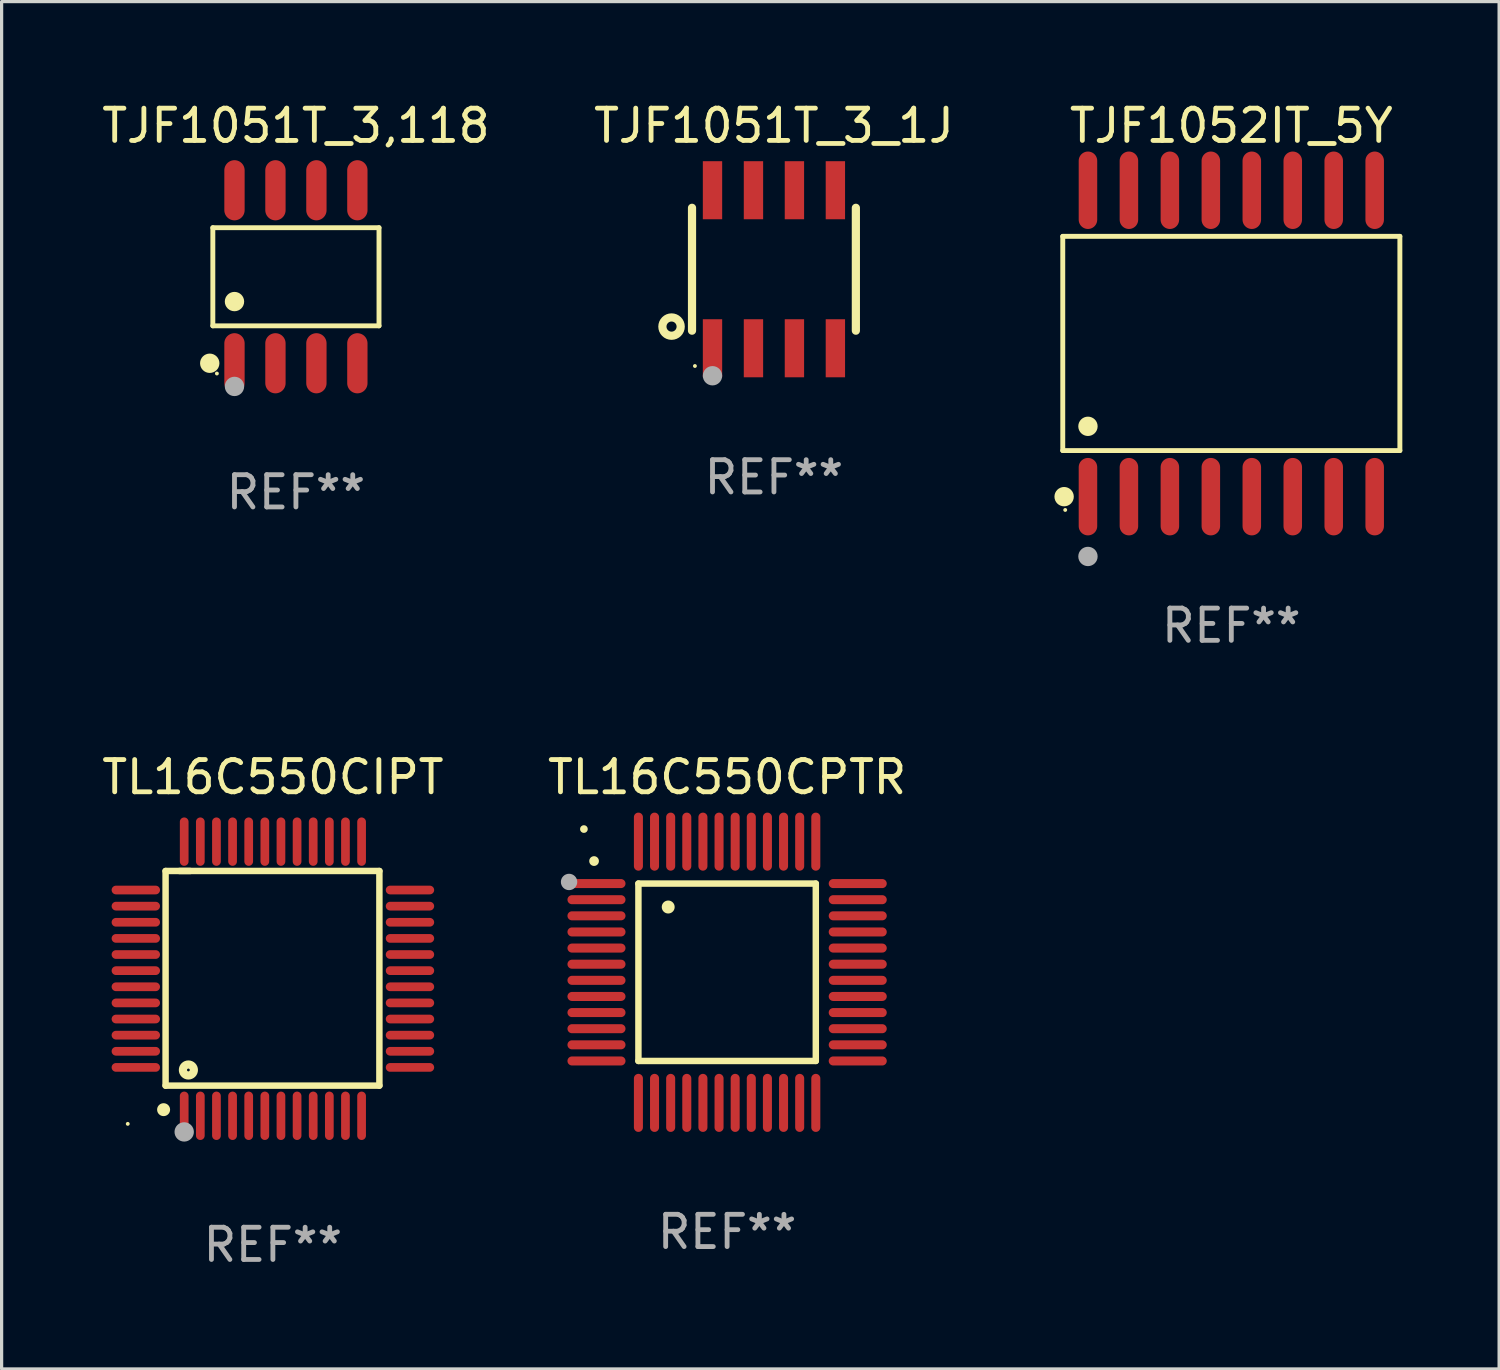
<source format=kicad_pcb>
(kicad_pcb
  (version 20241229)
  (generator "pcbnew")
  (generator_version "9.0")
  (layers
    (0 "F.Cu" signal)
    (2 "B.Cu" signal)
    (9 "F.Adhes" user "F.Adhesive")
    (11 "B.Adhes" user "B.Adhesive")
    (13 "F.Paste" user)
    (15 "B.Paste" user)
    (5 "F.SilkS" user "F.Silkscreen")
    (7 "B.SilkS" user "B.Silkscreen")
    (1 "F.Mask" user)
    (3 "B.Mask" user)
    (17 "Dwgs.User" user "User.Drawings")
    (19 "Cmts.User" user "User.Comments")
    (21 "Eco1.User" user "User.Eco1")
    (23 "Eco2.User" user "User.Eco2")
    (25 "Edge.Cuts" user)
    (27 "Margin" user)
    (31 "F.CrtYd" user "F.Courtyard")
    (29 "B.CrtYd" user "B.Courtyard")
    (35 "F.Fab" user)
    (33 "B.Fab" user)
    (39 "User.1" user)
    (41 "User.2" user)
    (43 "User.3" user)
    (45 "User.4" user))
  (footprint "TL16C550CIPT"
    (layer "F.Cu")
    (at 5.411 27.295)
    (property "Reference" "TL16C550CIPT" (at 0 -6.25 0) (layer "F.SilkS") (effects (font (size 1 1) (thickness 0.15))))
    (attr through_hole)
    (fp_line (start -3.327 -3.34) (end -2.565 -3.34) (stroke (width 0.2) (type solid)) (layer "F.SilkS"))
    (fp_line (start -3.327 3.315) (end -3.327 -3.34) (stroke (width 0.2) (type solid)) (layer "F.SilkS"))
    (fp_line (start -2.896 -3.34) (end 3.302 -3.34) (stroke (width 0.2) (type solid)) (layer "F.SilkS"))
    (fp_line (start 3.302 -3.34) (end 3.302 3.315) (stroke (width 0.2) (type solid)) (layer "F.SilkS"))
    (fp_line (start 3.302 3.315) (end -3.327 3.315) (stroke (width 0.2) (type solid)) (layer "F.SilkS"))
    (fp_arc (start -3.389992 4.059995) (mid -3.388722 4.059991) (end -3.387452 4.059995) (stroke (width 0.4) (type solid)) (layer "F.SilkS"))
    (fp_circle (center -4.5 4.5) (end -4.47 4.5) (stroke (width 0.06) (type solid)) (fill no) (layer "F.SilkS"))
    (fp_circle (center -2.62 2.83) (end -2.45 2.83) (stroke (width 0.254) (type solid)) (fill no) (layer "F.SilkS"))
    (fp_circle (center -2.75 4.75) (end -2.6 4.75) (stroke (width 0.3) (type solid)) (fill no) (layer "F.Fab"))
    (fp_text user "REF**" (at 0 8.25 0) (layer "F.Fab") (effects (font (size 1 1) (thickness 0.15))))
    (pad "1" smd oval (at -2.75 4.25) (size 0.27 1.5) (layers "F.Cu" "F.Mask" "F.Paste"))
    (pad "2" smd oval (at -2.25 4.25) (size 0.27 1.5) (layers "F.Cu" "F.Mask" "F.Paste"))
    (pad "3" smd oval (at -1.75 4.25) (size 0.27 1.5) (layers "F.Cu" "F.Mask" "F.Paste"))
    (pad "4" smd oval (at -1.25 4.25) (size 0.27 1.5) (layers "F.Cu" "F.Mask" "F.Paste"))
    (pad "5" smd oval (at -0.75 4.25) (size 0.27 1.5) (layers "F.Cu" "F.Mask" "F.Paste"))
    (pad "6" smd oval (at -0.25 4.25) (size 0.27 1.5) (layers "F.Cu" "F.Mask" "F.Paste"))
    (pad "7" smd oval (at 0.25 4.25) (size 0.27 1.5) (layers "F.Cu" "F.Mask" "F.Paste"))
    (pad "8" smd oval (at 0.75 4.25) (size 0.27 1.5) (layers "F.Cu" "F.Mask" "F.Paste"))
    (pad "9" smd oval (at 1.25 4.25) (size 0.27 1.5) (layers "F.Cu" "F.Mask" "F.Paste"))
    (pad "10" smd oval (at 1.75 4.25) (size 0.27 1.5) (layers "F.Cu" "F.Mask" "F.Paste"))
    (pad "11" smd oval (at 2.25 4.25) (size 0.27 1.5) (layers "F.Cu" "F.Mask" "F.Paste"))
    (pad "12" smd oval (at 2.75 4.25) (size 0.27 1.5) (layers "F.Cu" "F.Mask" "F.Paste"))
    (pad "13" smd oval (at 4.25 2.75) (size 1.5 0.27) (layers "F.Cu" "F.Mask" "F.Paste"))
    (pad "14" smd oval (at 4.25 2.25) (size 1.5 0.27) (layers "F.Cu" "F.Mask" "F.Paste"))
    (pad "15" smd oval (at 4.25 1.75) (size 1.5 0.27) (layers "F.Cu" "F.Mask" "F.Paste"))
    (pad "16" smd oval (at 4.25 1.25) (size 1.5 0.27) (layers "F.Cu" "F.Mask" "F.Paste"))
    (pad "17" smd oval (at 4.25 0.75) (size 1.5 0.27) (layers "F.Cu" "F.Mask" "F.Paste"))
    (pad "18" smd oval (at 4.25 0.25) (size 1.5 0.27) (layers "F.Cu" "F.Mask" "F.Paste"))
    (pad "19" smd oval (at 4.25 -0.25) (size 1.5 0.27) (layers "F.Cu" "F.Mask" "F.Paste"))
    (pad "20" smd oval (at 4.25 -0.75) (size 1.5 0.27) (layers "F.Cu" "F.Mask" "F.Paste"))
    (pad "21" smd oval (at 4.25 -1.25) (size 1.5 0.27) (layers "F.Cu" "F.Mask" "F.Paste"))
    (pad "22" smd oval (at 4.25 -1.75) (size 1.5 0.27) (layers "F.Cu" "F.Mask" "F.Paste"))
    (pad "23" smd oval (at 4.25 -2.25) (size 1.5 0.27) (layers "F.Cu" "F.Mask" "F.Paste"))
    (pad "24" smd oval (at 4.25 -2.75) (size 1.5 0.27) (layers "F.Cu" "F.Mask" "F.Paste"))
    (pad "25" smd oval (at 2.75 -4.25) (size 0.27 1.5) (layers "F.Cu" "F.Mask" "F.Paste"))
    (pad "26" smd oval (at 2.25 -4.25) (size 0.27 1.5) (layers "F.Cu" "F.Mask" "F.Paste"))
    (pad "27" smd oval (at 1.75 -4.25) (size 0.27 1.5) (layers "F.Cu" "F.Mask" "F.Paste"))
    (pad "28" smd oval (at 1.25 -4.25) (size 0.27 1.5) (layers "F.Cu" "F.Mask" "F.Paste"))
    (pad "29" smd oval (at 0.75 -4.25) (size 0.27 1.5) (layers "F.Cu" "F.Mask" "F.Paste"))
    (pad "30" smd oval (at 0.25 -4.25) (size 0.27 1.5) (layers "F.Cu" "F.Mask" "F.Paste"))
    (pad "31" smd oval (at -0.25 -4.25) (size 0.27 1.5) (layers "F.Cu" "F.Mask" "F.Paste"))
    (pad "32" smd oval (at -0.75 -4.25) (size 0.27 1.5) (layers "F.Cu" "F.Mask" "F.Paste"))
    (pad "33" smd oval (at -1.25 -4.25) (size 0.27 1.5) (layers "F.Cu" "F.Mask" "F.Paste"))
    (pad "34" smd oval (at -1.75 -4.25) (size 0.27 1.5) (layers "F.Cu" "F.Mask" "F.Paste"))
    (pad "35" smd oval (at -2.25 -4.25) (size 0.27 1.5) (layers "F.Cu" "F.Mask" "F.Paste"))
    (pad "36" smd oval (at -2.75 -4.25) (size 0.27 1.5) (layers "F.Cu" "F.Mask" "F.Paste"))
    (pad "37" smd oval (at -4.25 -2.75) (size 1.5 0.27) (layers "F.Cu" "F.Mask" "F.Paste"))
    (pad "38" smd oval (at -4.25 -2.25) (size 1.5 0.27) (layers "F.Cu" "F.Mask" "F.Paste"))
    (pad "39" smd oval (at -4.25 -1.75) (size 1.5 0.27) (layers "F.Cu" "F.Mask" "F.Paste"))
    (pad "40" smd oval (at -4.25 -1.25) (size 1.5 0.27) (layers "F.Cu" "F.Mask" "F.Paste"))
    (pad "41" smd oval (at -4.25 -0.75) (size 1.5 0.27) (layers "F.Cu" "F.Mask" "F.Paste"))
    (pad "42" smd oval (at -4.25 -0.25) (size 1.5 0.27) (layers "F.Cu" "F.Mask" "F.Paste"))
    (pad "43" smd oval (at -4.25 0.25) (size 1.5 0.27) (layers "F.Cu" "F.Mask" "F.Paste"))
    (pad "44" smd oval (at -4.25 0.75) (size 1.5 0.27) (layers "F.Cu" "F.Mask" "F.Paste"))
    (pad "45" smd oval (at -4.25 1.25) (size 1.5 0.27) (layers "F.Cu" "F.Mask" "F.Paste"))
    (pad "46" smd oval (at -4.25 1.75) (size 1.5 0.27) (layers "F.Cu" "F.Mask" "F.Paste"))
    (pad "47" smd oval (at -4.25 2.25) (size 1.5 0.27) (layers "F.Cu" "F.Mask" "F.Paste"))
    (pad "48" smd oval (at -4.25 2.75) (size 1.5 0.27) (layers "F.Cu" "F.Mask" "F.Paste")))
  (footprint "TJF1052IT_5Y"
    (layer "F.Cu")
    (at 35.127 7.599)
    (property "Reference" "TJF1052IT_5Y" (at 0 -6.75 0) (layer "F.SilkS") (effects (font (size 1 1) (thickness 0.15))))
    (attr through_hole)
    (fp_line (start -5.226 -3.321) (end 5.226 -3.321) (stroke (width 0.152) (type solid)) (layer "F.SilkS"))
    (fp_line (start -5.226 3.321) (end -5.226 -3.321) (stroke (width 0.152) (type solid)) (layer "F.SilkS"))
    (fp_line (start 5.226 -3.321) (end 5.226 3.321) (stroke (width 0.152) (type solid)) (layer "F.SilkS"))
    (fp_line (start 5.226 3.321) (end -5.226 3.321) (stroke (width 0.152) (type solid)) (layer "F.SilkS"))
    (fp_circle (center -5.184 4.75) (end -5.034 4.75) (stroke (width 0.3) (type solid)) (fill no) (layer "F.SilkS"))
    (fp_circle (center -5.15 5.162) (end -5.12 5.162) (stroke (width 0.06) (type solid)) (fill no) (layer "F.SilkS"))
    (fp_circle (center -4.445 2.569) (end -4.295 2.569) (stroke (width 0.3) (type solid)) (fill no) (layer "F.SilkS"))
    (fp_circle (center -4.445 6.604) (end -4.295 6.604) (stroke (width 0.3) (type solid)) (fill no) (layer "F.Fab"))
    (fp_text user "REF**" (at 0 8.75 0) (layer "F.Fab") (effects (font (size 1 1) (thickness 0.15))))
    (pad "1" smd oval (at -4.445 4.75) (size 0.574 2.401) (layers "F.Cu" "F.Mask" "F.Paste"))
    (pad "2" smd oval (at -3.175 4.75) (size 0.574 2.401) (layers "F.Cu" "F.Mask" "F.Paste"))
    (pad "3" smd oval (at -1.905 4.75) (size 0.574 2.401) (layers "F.Cu" "F.Mask" "F.Paste"))
    (pad "4" smd oval (at -0.635 4.75) (size 0.574 2.401) (layers "F.Cu" "F.Mask" "F.Paste"))
    (pad "5" smd oval (at 0.635 4.75) (size 0.574 2.401) (layers "F.Cu" "F.Mask" "F.Paste"))
    (pad "6" smd oval (at 1.905 4.75) (size 0.574 2.401) (layers "F.Cu" "F.Mask" "F.Paste"))
    (pad "7" smd oval (at 3.175 4.75) (size 0.574 2.401) (layers "F.Cu" "F.Mask" "F.Paste"))
    (pad "8" smd oval (at 4.445 4.75) (size 0.574 2.401) (layers "F.Cu" "F.Mask" "F.Paste"))
    (pad "9" smd oval (at 4.445 -4.75) (size 0.574 2.401) (layers "F.Cu" "F.Mask" "F.Paste"))
    (pad "10" smd oval (at 3.175 -4.75) (size 0.574 2.401) (layers "F.Cu" "F.Mask" "F.Paste"))
    (pad "11" smd oval (at 1.905 -4.75) (size 0.574 2.401) (layers "F.Cu" "F.Mask" "F.Paste"))
    (pad "12" smd oval (at 0.635 -4.75) (size 0.574 2.401) (layers "F.Cu" "F.Mask" "F.Paste"))
    (pad "13" smd oval (at -0.635 -4.75) (size 0.574 2.401) (layers "F.Cu" "F.Mask" "F.Paste"))
    (pad "14" smd oval (at -1.905 -4.75) (size 0.574 2.401) (layers "F.Cu" "F.Mask" "F.Paste"))
    (pad "15" smd oval (at -3.175 -4.75) (size 0.574 2.401) (layers "F.Cu" "F.Mask" "F.Paste"))
    (pad "16" smd oval (at -4.445 -4.75) (size 0.574 2.401) (layers "F.Cu" "F.Mask" "F.Paste")))
  (footprint "TL16C550CPTR"
    (layer "F.Cu")
    (at 19.494 27.095)
    (property "Reference" "TL16C550CPTR" (at 0 -6.05 0) (layer "F.SilkS") (effects (font (size 1 1) (thickness 0.15))))
    (attr through_hole)
    (fp_line (start -2.75 -2.75) (end 2.75 -2.75) (stroke (width 0.2) (type solid)) (layer "F.SilkS"))
    (fp_line (start -2.75 2.75) (end -2.75 -2.75) (stroke (width 0.2) (type solid)) (layer "F.SilkS"))
    (fp_line (start 2.75 -2.75) (end 2.75 2.75) (stroke (width 0.2) (type solid)) (layer "F.SilkS"))
    (fp_line (start 2.75 2.75) (end -2.75 2.75) (stroke (width 0.2) (type solid)) (layer "F.SilkS"))
    (fp_arc (start -4.124968 -3.446787) (mid -4.124973 -3.448057) (end -4.124968 -3.449327) (stroke (width 0.3) (type solid)) (layer "F.SilkS"))
    (fp_arc (start -1.826264 -2.021844) (mid -1.826268 -2.023114) (end -1.826264 -2.024384) (stroke (width 0.4) (type solid)) (layer "F.SilkS"))
    (fp_circle (center -4.44 -4.44) (end -4.38 -4.44) (stroke (width 0.12) (type solid)) (fill no) (layer "F.SilkS"))
    (fp_circle (center -4.9 -2.8) (end -4.773 -2.8) (stroke (width 0.254) (type solid)) (fill no) (layer "F.Fab"))
    (fp_text user "REF**" (at 0 8.05 0) (layer "F.Fab") (effects (font (size 1 1) (thickness 0.15))))
    (pad "1" smd oval (at -4.05 -2.75 90) (size 0.28 1.8) (layers "F.Cu" "F.Mask" "F.Paste"))
    (pad "2" smd oval (at -4.05 -2.25 90) (size 0.28 1.8) (layers "F.Cu" "F.Mask" "F.Paste"))
    (pad "3" smd oval (at -4.05 -1.75 90) (size 0.28 1.8) (layers "F.Cu" "F.Mask" "F.Paste"))
    (pad "4" smd oval (at -4.05 -1.25 90) (size 0.28 1.8) (layers "F.Cu" "F.Mask" "F.Paste"))
    (pad "5" smd oval (at -4.05 -0.75 90) (size 0.28 1.8) (layers "F.Cu" "F.Mask" "F.Paste"))
    (pad "6" smd oval (at -4.05 -0.25 90) (size 0.28 1.8) (layers "F.Cu" "F.Mask" "F.Paste"))
    (pad "7" smd oval (at -4.05 0.25 90) (size 0.28 1.8) (layers "F.Cu" "F.Mask" "F.Paste"))
    (pad "8" smd oval (at -4.05 0.75 90) (size 0.28 1.8) (layers "F.Cu" "F.Mask" "F.Paste"))
    (pad "9" smd oval (at -4.05 1.25 90) (size 0.28 1.8) (layers "F.Cu" "F.Mask" "F.Paste"))
    (pad "10" smd oval (at -4.05 1.75 90) (size 0.28 1.8) (layers "F.Cu" "F.Mask" "F.Paste"))
    (pad "11" smd oval (at -4.05 2.25 90) (size 0.28 1.8) (layers "F.Cu" "F.Mask" "F.Paste"))
    (pad "12" smd oval (at -4.05 2.75 90) (size 0.28 1.8) (layers "F.Cu" "F.Mask" "F.Paste"))
    (pad "13" smd oval (at -2.75 4.05) (size 0.28 1.8) (layers "F.Cu" "F.Mask" "F.Paste"))
    (pad "14" smd oval (at -2.25 4.05) (size 0.28 1.8) (layers "F.Cu" "F.Mask" "F.Paste"))
    (pad "15" smd oval (at -1.75 4.05) (size 0.28 1.8) (layers "F.Cu" "F.Mask" "F.Paste"))
    (pad "16" smd oval (at -1.25 4.05) (size 0.28 1.8) (layers "F.Cu" "F.Mask" "F.Paste"))
    (pad "17" smd oval (at -0.75 4.05) (size 0.28 1.8) (layers "F.Cu" "F.Mask" "F.Paste"))
    (pad "18" smd oval (at -0.25 4.05) (size 0.28 1.8) (layers "F.Cu" "F.Mask" "F.Paste"))
    (pad "19" smd oval (at 0.25 4.05) (size 0.28 1.8) (layers "F.Cu" "F.Mask" "F.Paste"))
    (pad "20" smd oval (at 0.75 4.05) (size 0.28 1.8) (layers "F.Cu" "F.Mask" "F.Paste"))
    (pad "21" smd oval (at 1.25 4.05) (size 0.28 1.8) (layers "F.Cu" "F.Mask" "F.Paste"))
    (pad "22" smd oval (at 1.75 4.05) (size 0.28 1.8) (layers "F.Cu" "F.Mask" "F.Paste"))
    (pad "23" smd oval (at 2.25 4.05) (size 0.28 1.8) (layers "F.Cu" "F.Mask" "F.Paste"))
    (pad "24" smd oval (at 2.75 4.05) (size 0.28 1.8) (layers "F.Cu" "F.Mask" "F.Paste"))
    (pad "25" smd oval (at 4.05 2.75 90) (size 0.28 1.8) (layers "F.Cu" "F.Mask" "F.Paste"))
    (pad "26" smd oval (at 4.05 2.25 90) (size 0.28 1.8) (layers "F.Cu" "F.Mask" "F.Paste"))
    (pad "27" smd oval (at 4.05 1.75 90) (size 0.28 1.8) (layers "F.Cu" "F.Mask" "F.Paste"))
    (pad "28" smd oval (at 4.05 1.25 90) (size 0.28 1.8) (layers "F.Cu" "F.Mask" "F.Paste"))
    (pad "29" smd oval (at 4.05 0.75 90) (size 0.28 1.8) (layers "F.Cu" "F.Mask" "F.Paste"))
    (pad "30" smd oval (at 4.05 0.25 90) (size 0.28 1.8) (layers "F.Cu" "F.Mask" "F.Paste"))
    (pad "31" smd oval (at 4.05 -0.25 90) (size 0.28 1.8) (layers "F.Cu" "F.Mask" "F.Paste"))
    (pad "32" smd oval (at 4.05 -0.75 90) (size 0.28 1.8) (layers "F.Cu" "F.Mask" "F.Paste"))
    (pad "33" smd oval (at 4.05 -1.25 90) (size 0.28 1.8) (layers "F.Cu" "F.Mask" "F.Paste"))
    (pad "34" smd oval (at 4.05 -1.75 90) (size 0.28 1.8) (layers "F.Cu" "F.Mask" "F.Paste"))
    (pad "35" smd oval (at 4.05 -2.25 90) (size 0.28 1.8) (layers "F.Cu" "F.Mask" "F.Paste"))
    (pad "36" smd oval (at 4.05 -2.75 90) (size 0.28 1.8) (layers "F.Cu" "F.Mask" "F.Paste"))
    (pad "37" smd oval (at 2.75 -4.05) (size 0.28 1.8) (layers "F.Cu" "F.Mask" "F.Paste"))
    (pad "38" smd oval (at 2.25 -4.05) (size 0.28 1.8) (layers "F.Cu" "F.Mask" "F.Paste"))
    (pad "39" smd oval (at 1.75 -4.05) (size 0.28 1.8) (layers "F.Cu" "F.Mask" "F.Paste"))
    (pad "40" smd oval (at 1.25 -4.05) (size 0.28 1.8) (layers "F.Cu" "F.Mask" "F.Paste"))
    (pad "41" smd oval (at 0.75 -4.05) (size 0.28 1.8) (layers "F.Cu" "F.Mask" "F.Paste"))
    (pad "42" smd oval (at 0.25 -4.05) (size 0.28 1.8) (layers "F.Cu" "F.Mask" "F.Paste"))
    (pad "43" smd oval (at -0.25 -4.05) (size 0.28 1.8) (layers "F.Cu" "F.Mask" "F.Paste"))
    (pad "44" smd oval (at -0.75 -4.05) (size 0.28 1.8) (layers "F.Cu" "F.Mask" "F.Paste"))
    (pad "45" smd oval (at -1.25 -4.05) (size 0.28 1.8) (layers "F.Cu" "F.Mask" "F.Paste"))
    (pad "46" smd oval (at -1.75 -4.05) (size 0.28 1.8) (layers "F.Cu" "F.Mask" "F.Paste"))
    (pad "47" smd oval (at -2.25 -4.05) (size 0.28 1.8) (layers "F.Cu" "F.Mask" "F.Paste"))
    (pad "48" smd oval (at -2.75 -4.05) (size 0.28 1.8) (layers "F.Cu" "F.Mask" "F.Paste")))
  (footprint "TJF1051T_3_1J"
    (layer "F.Cu")
    (at 20.946 5.298)
    (property "Reference" "TJF1051T_3_1J" (at 0 -4.45 0) (layer "F.SilkS") (effects (font (size 1 1) (thickness 0.15))))
    (attr through_hole)
    (fp_line (start -2.54 -1.905) (end -2.54 1.905) (stroke (width 0.254) (type solid)) (layer "F.SilkS"))
    (fp_line (start 2.54 -1.905) (end 2.54 1.905) (stroke (width 0.254) (type solid)) (layer "F.SilkS"))
    (fp_circle (center -3.175 1.778) (end -2.891 1.778) (stroke (width 0.254) (type solid)) (fill no) (layer "F.SilkS"))
    (fp_circle (center -2.45 3) (end -2.42 3) (stroke (width 0.06) (type solid)) (fill no) (layer "F.SilkS"))
    (fp_circle (center -1.905 3.302) (end -1.755 3.302) (stroke (width 0.3) (type solid)) (fill no) (layer "F.Fab"))
    (fp_text user "REF**" (at 0 6.45 0) (layer "F.Fab") (effects (font (size 1 1) (thickness 0.15))))
    (pad "1" smd rect (at -1.905 2.45) (size 0.6 1.8) (layers "F.Cu" "F.Mask" "F.Paste"))
    (pad "2" smd rect (at -0.635 2.45) (size 0.6 1.8) (layers "F.Cu" "F.Mask" "F.Paste"))
    (pad "3" smd rect (at 0.635 2.45) (size 0.6 1.8) (layers "F.Cu" "F.Mask" "F.Paste"))
    (pad "4" smd rect (at 1.905 2.45) (size 0.6 1.8) (layers "F.Cu" "F.Mask" "F.Paste"))
    (pad "5" smd rect (at 1.905 -2.45 180) (size 0.6 1.8) (layers "F.Cu" "F.Mask" "F.Paste"))
    (pad "6" smd rect (at 0.635 -2.45 180) (size 0.6 1.8) (layers "F.Cu" "F.Mask" "F.Paste"))
    (pad "7" smd rect (at -0.635 -2.45 180) (size 0.6 1.8) (layers "F.Cu" "F.Mask" "F.Paste"))
    (pad "8" smd rect (at -1.905 -2.45 180) (size 0.6 1.8) (layers "F.Cu" "F.Mask" "F.Paste")))
  (footprint "TJF1051T_3,118"
    (layer "F.Cu")
    (at 6.125 5.531)
    (property "Reference" "TJF1051T_3,118" (at 0 -4.682 0) (layer "F.SilkS") (effects (font (size 1 1) (thickness 0.15))))
    (attr through_hole)
    (fp_line (start -2.576 -1.521) (end 2.576 -1.521) (stroke (width 0.152) (type solid)) (layer "F.SilkS"))
    (fp_line (start -2.576 1.521) (end -2.576 -1.521) (stroke (width 0.152) (type solid)) (layer "F.SilkS"))
    (fp_line (start 2.576 -1.521) (end 2.576 1.521) (stroke (width 0.152) (type solid)) (layer "F.SilkS"))
    (fp_line (start 2.576 1.521) (end -2.576 1.521) (stroke (width 0.152) (type solid)) (layer "F.SilkS"))
    (fp_circle (center -2.672 2.682) (end -2.522 2.682) (stroke (width 0.3) (type solid)) (fill no) (layer "F.SilkS"))
    (fp_circle (center -2.45 3) (end -2.42 3) (stroke (width 0.06) (type solid)) (fill no) (layer "F.SilkS"))
    (fp_circle (center -1.905 0.769) (end -1.755 0.769) (stroke (width 0.3) (type solid)) (fill no) (layer "F.SilkS"))
    (fp_circle (center -1.905 3.4) (end -1.755 3.4) (stroke (width 0.3) (type solid)) (fill no) (layer "F.Fab"))
    (fp_text user "REF**" (at 0 6.682 0) (layer "F.Fab") (effects (font (size 1 1) (thickness 0.15))))
    (pad "1" smd oval (at -1.905 2.682) (size 0.63 1.865) (layers "F.Cu" "F.Mask" "F.Paste"))
    (pad "2" smd oval (at -0.635 2.682) (size 0.63 1.865) (layers "F.Cu" "F.Mask" "F.Paste"))
    (pad "3" smd oval (at 0.635 2.682) (size 0.63 1.865) (layers "F.Cu" "F.Mask" "F.Paste"))
    (pad "4" smd oval (at 1.905 2.682) (size 0.63 1.865) (layers "F.Cu" "F.Mask" "F.Paste"))
    (pad "5" smd oval (at 1.905 -2.682) (size 0.63 1.865) (layers "F.Cu" "F.Mask" "F.Paste"))
    (pad "6" smd oval (at 0.635 -2.682) (size 0.63 1.865) (layers "F.Cu" "F.Mask" "F.Paste"))
    (pad "7" smd oval (at -0.635 -2.682) (size 0.63 1.865) (layers "F.Cu" "F.Mask" "F.Paste"))
    (pad "8" smd oval (at -1.905 -2.682) (size 0.63 1.865) (layers "F.Cu" "F.Mask" "F.Paste")))
  (gr_rect
    (start -3 -3)
    (end 43.43 39.394)
    (stroke (width 0.1) (type default))
    (fill no)
    (layer "Edge.Cuts")))
</source>
